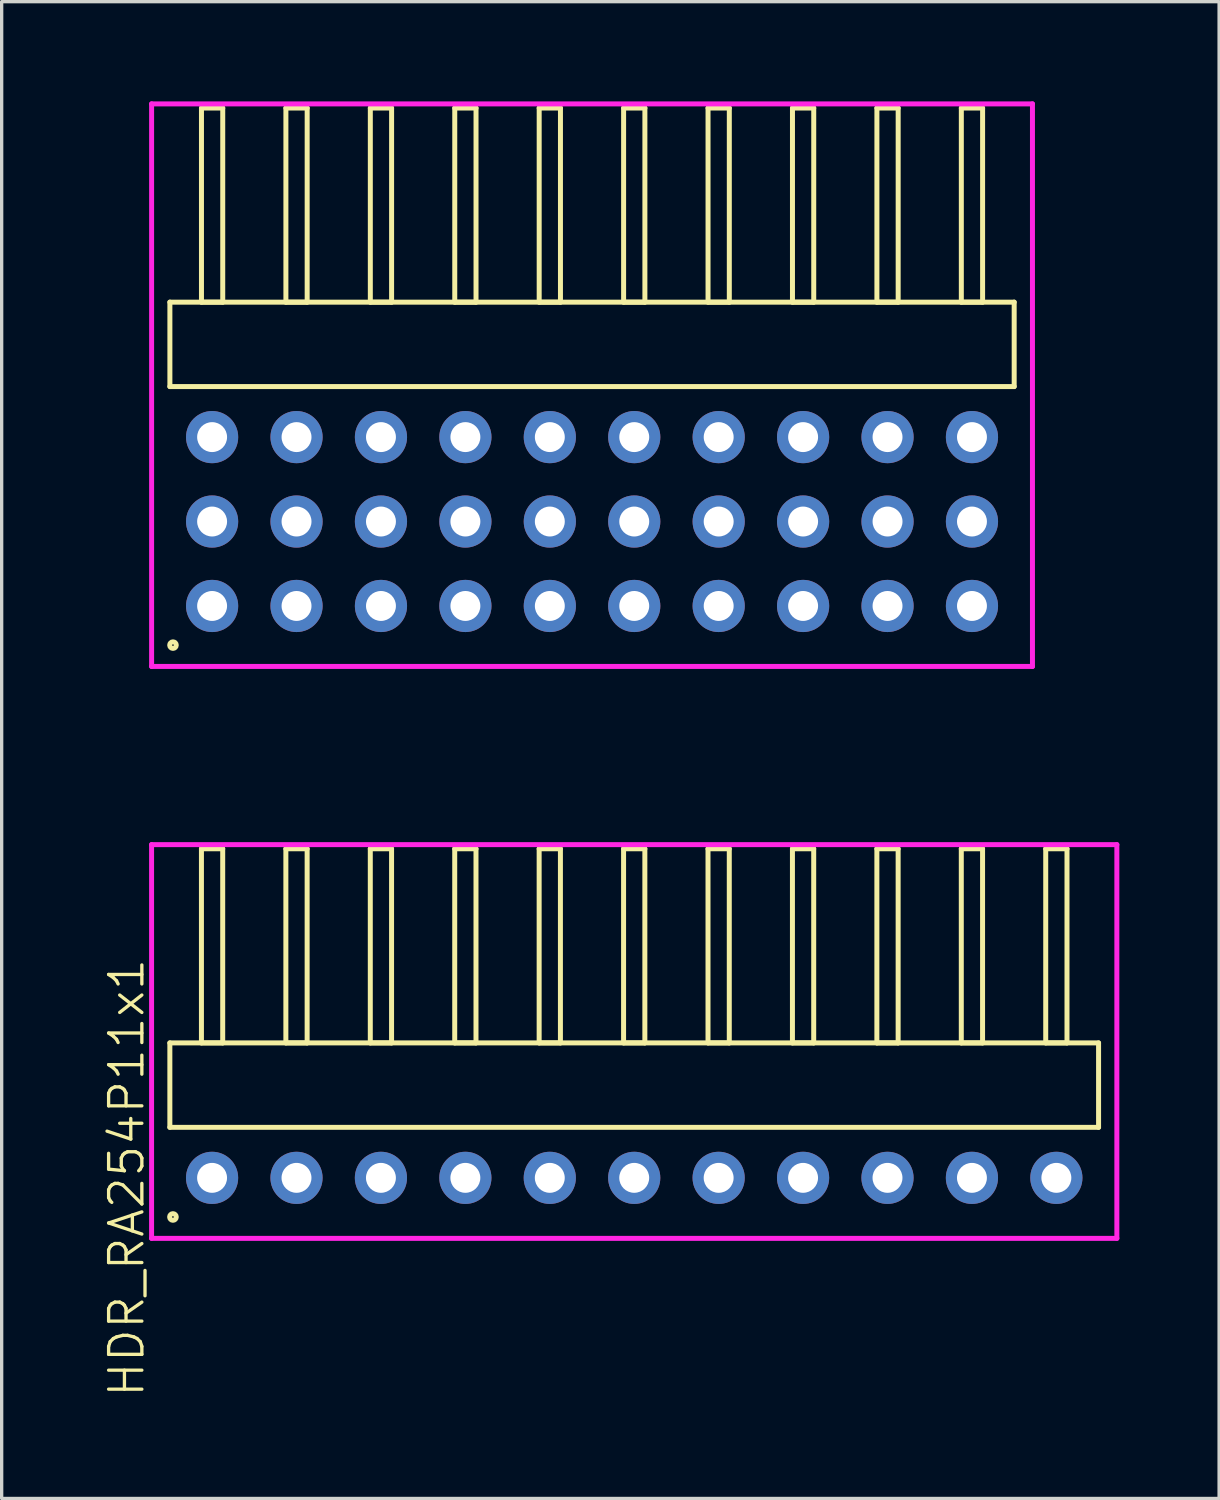
<source format=kicad_pcb>
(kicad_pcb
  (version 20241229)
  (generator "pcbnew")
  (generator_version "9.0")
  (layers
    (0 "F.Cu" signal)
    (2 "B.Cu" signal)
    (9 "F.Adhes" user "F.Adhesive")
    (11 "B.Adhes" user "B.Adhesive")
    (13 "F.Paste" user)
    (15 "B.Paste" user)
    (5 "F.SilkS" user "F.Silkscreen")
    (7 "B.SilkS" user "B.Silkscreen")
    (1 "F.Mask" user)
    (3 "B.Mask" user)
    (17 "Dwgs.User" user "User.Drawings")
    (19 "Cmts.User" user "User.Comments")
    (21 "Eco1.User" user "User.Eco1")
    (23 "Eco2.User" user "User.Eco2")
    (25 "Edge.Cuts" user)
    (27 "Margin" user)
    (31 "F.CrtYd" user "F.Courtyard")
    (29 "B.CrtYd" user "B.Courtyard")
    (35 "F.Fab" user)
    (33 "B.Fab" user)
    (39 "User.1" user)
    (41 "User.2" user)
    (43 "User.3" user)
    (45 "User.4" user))
  (footprint "HDR_RA254P10x3"
    (layer "F.Cu")
    (at 14.761 12.64)
    (property "Reference" "HDR_RA254P10x3" (at -14 0 90) (layer "User.1") (effects (font (size 1 1) (thickness 0.1))))
    (attr through_hole)
    (fp_line (start -12.7 -6.6) (end -12.7 -4.06) (stroke (width 0.15) (type solid)) (layer "F.SilkS"))
    (fp_line (start -12.7 -4.06) (end 12.7 -4.06) (stroke (width 0.15) (type solid)) (layer "F.SilkS"))
    (fp_line (start -11.75 -12.44) (end -11.75 -6.6) (stroke (width 0.15) (type solid)) (layer "F.SilkS"))
    (fp_line (start -11.75 -6.6) (end -11.11 -6.6) (stroke (width 0.15) (type solid)) (layer "F.SilkS"))
    (fp_line (start -11.11 -12.44) (end -11.75 -12.44) (stroke (width 0.15) (type solid)) (layer "F.SilkS"))
    (fp_line (start -11.11 -6.6) (end -11.11 -12.44) (stroke (width 0.15) (type solid)) (layer "F.SilkS"))
    (fp_line (start -9.21 -12.44) (end -9.21 -6.6) (stroke (width 0.15) (type solid)) (layer "F.SilkS"))
    (fp_line (start -9.21 -6.6) (end -8.57 -6.6) (stroke (width 0.15) (type solid)) (layer "F.SilkS"))
    (fp_line (start -8.57 -12.44) (end -9.21 -12.44) (stroke (width 0.15) (type solid)) (layer "F.SilkS"))
    (fp_line (start -8.57 -6.6) (end -8.57 -12.44) (stroke (width 0.15) (type solid)) (layer "F.SilkS"))
    (fp_line (start -6.67 -12.44) (end -6.67 -6.6) (stroke (width 0.15) (type solid)) (layer "F.SilkS"))
    (fp_line (start -6.67 -6.6) (end -6.03 -6.6) (stroke (width 0.15) (type solid)) (layer "F.SilkS"))
    (fp_line (start -6.03 -12.44) (end -6.67 -12.44) (stroke (width 0.15) (type solid)) (layer "F.SilkS"))
    (fp_line (start -6.03 -6.6) (end -6.03 -12.44) (stroke (width 0.15) (type solid)) (layer "F.SilkS"))
    (fp_line (start -4.13 -12.44) (end -4.13 -6.6) (stroke (width 0.15) (type solid)) (layer "F.SilkS"))
    (fp_line (start -4.13 -6.6) (end -3.49 -6.6) (stroke (width 0.15) (type solid)) (layer "F.SilkS"))
    (fp_line (start -3.49 -12.44) (end -4.13 -12.44) (stroke (width 0.15) (type solid)) (layer "F.SilkS"))
    (fp_line (start -3.49 -6.6) (end -3.49 -12.44) (stroke (width 0.15) (type solid)) (layer "F.SilkS"))
    (fp_line (start -1.59 -12.44) (end -1.59 -6.6) (stroke (width 0.15) (type solid)) (layer "F.SilkS"))
    (fp_line (start -1.59 -6.6) (end -0.95 -6.6) (stroke (width 0.15) (type solid)) (layer "F.SilkS"))
    (fp_line (start -0.95 -12.44) (end -1.59 -12.44) (stroke (width 0.15) (type solid)) (layer "F.SilkS"))
    (fp_line (start -0.95 -6.6) (end -0.95 -12.44) (stroke (width 0.15) (type solid)) (layer "F.SilkS"))
    (fp_line (start 0.95 -12.44) (end 0.95 -6.6) (stroke (width 0.15) (type solid)) (layer "F.SilkS"))
    (fp_line (start 0.95 -6.6) (end 1.59 -6.6) (stroke (width 0.15) (type solid)) (layer "F.SilkS"))
    (fp_line (start 1.59 -12.44) (end 0.95 -12.44) (stroke (width 0.15) (type solid)) (layer "F.SilkS"))
    (fp_line (start 1.59 -6.6) (end 1.59 -12.44) (stroke (width 0.15) (type solid)) (layer "F.SilkS"))
    (fp_line (start 3.49 -12.44) (end 3.49 -6.6) (stroke (width 0.15) (type solid)) (layer "F.SilkS"))
    (fp_line (start 3.49 -6.6) (end 4.13 -6.6) (stroke (width 0.15) (type solid)) (layer "F.SilkS"))
    (fp_line (start 4.13 -12.44) (end 3.49 -12.44) (stroke (width 0.15) (type solid)) (layer "F.SilkS"))
    (fp_line (start 4.13 -6.6) (end 4.13 -12.44) (stroke (width 0.15) (type solid)) (layer "F.SilkS"))
    (fp_line (start 6.03 -12.44) (end 6.03 -6.6) (stroke (width 0.15) (type solid)) (layer "F.SilkS"))
    (fp_line (start 6.03 -6.6) (end 6.67 -6.6) (stroke (width 0.15) (type solid)) (layer "F.SilkS"))
    (fp_line (start 6.67 -12.44) (end 6.03 -12.44) (stroke (width 0.15) (type solid)) (layer "F.SilkS"))
    (fp_line (start 6.67 -6.6) (end 6.67 -12.44) (stroke (width 0.15) (type solid)) (layer "F.SilkS"))
    (fp_line (start 8.57 -12.44) (end 8.57 -6.6) (stroke (width 0.15) (type solid)) (layer "F.SilkS"))
    (fp_line (start 8.57 -6.6) (end 9.21 -6.6) (stroke (width 0.15) (type solid)) (layer "F.SilkS"))
    (fp_line (start 9.21 -12.44) (end 8.57 -12.44) (stroke (width 0.15) (type solid)) (layer "F.SilkS"))
    (fp_line (start 9.21 -6.6) (end 9.21 -12.44) (stroke (width 0.15) (type solid)) (layer "F.SilkS"))
    (fp_line (start 11.11 -12.44) (end 11.11 -6.6) (stroke (width 0.15) (type solid)) (layer "F.SilkS"))
    (fp_line (start 11.11 -6.6) (end 11.75 -6.6) (stroke (width 0.15) (type solid)) (layer "F.SilkS"))
    (fp_line (start 11.75 -12.44) (end 11.11 -12.44) (stroke (width 0.15) (type solid)) (layer "F.SilkS"))
    (fp_line (start 11.75 -6.6) (end 11.75 -12.44) (stroke (width 0.15) (type solid)) (layer "F.SilkS"))
    (fp_line (start 12.7 -6.6) (end -12.7 -6.6) (stroke (width 0.15) (type solid)) (layer "F.SilkS"))
    (fp_line (start 12.7 -4.06) (end 12.7 -6.6) (stroke (width 0.15) (type solid)) (layer "F.SilkS"))
    (fp_circle (center -12.607 3.718) (end -12.508 3.718) (stroke (width 0.15) (type solid)) (fill no) (layer "F.SilkS"))
    (fp_line (start -13.25 -12.565) (end -13.25 4.36) (stroke (width 0.15) (type solid)) (layer "F.CrtYd"))
    (fp_line (start -13.25 4.36) (end 13.25 4.36) (stroke (width 0.15) (type solid)) (layer "F.CrtYd"))
    (fp_line (start 13.25 -12.565) (end -13.25 -12.565) (stroke (width 0.15) (type solid)) (layer "F.CrtYd"))
    (fp_line (start 13.25 4.36) (end 13.25 -12.565) (stroke (width 0.15) (type solid)) (layer "F.CrtYd"))
    (pad "1" thru_hole oval (at -11.43 2.54) (size 1.57 1.57) (drill 0.9) (layers "*.Cu" "*.Mask"))
    (pad "2" thru_hole oval (at -11.43 0) (size 1.57 1.57) (drill 0.9) (layers "*.Cu" "*.Mask"))
    (pad "3" thru_hole oval (at -11.43 -2.54) (size 1.57 1.57) (drill 0.9) (layers "*.Cu" "*.Mask"))
    (pad "4" thru_hole oval (at -8.89 2.54) (size 1.57 1.57) (drill 0.9) (layers "*.Cu" "*.Mask"))
    (pad "5" thru_hole oval (at -8.89 0) (size 1.57 1.57) (drill 0.9) (layers "*.Cu" "*.Mask"))
    (pad "6" thru_hole oval (at -8.89 -2.54) (size 1.57 1.57) (drill 0.9) (layers "*.Cu" "*.Mask"))
    (pad "7" thru_hole oval (at -6.35 2.54) (size 1.57 1.57) (drill 0.9) (layers "*.Cu" "*.Mask"))
    (pad "8" thru_hole oval (at -6.35 0) (size 1.57 1.57) (drill 0.9) (layers "*.Cu" "*.Mask"))
    (pad "9" thru_hole oval (at -6.35 -2.54) (size 1.57 1.57) (drill 0.9) (layers "*.Cu" "*.Mask"))
    (pad "10" thru_hole oval (at -3.81 2.54) (size 1.57 1.57) (drill 0.9) (layers "*.Cu" "*.Mask"))
    (pad "11" thru_hole oval (at -3.81 0) (size 1.57 1.57) (drill 0.9) (layers "*.Cu" "*.Mask"))
    (pad "12" thru_hole oval (at -3.81 -2.54) (size 1.57 1.57) (drill 0.9) (layers "*.Cu" "*.Mask"))
    (pad "13" thru_hole oval (at -1.27 2.54) (size 1.57 1.57) (drill 0.9) (layers "*.Cu" "*.Mask"))
    (pad "14" thru_hole oval (at -1.27 0) (size 1.57 1.57) (drill 0.9) (layers "*.Cu" "*.Mask"))
    (pad "15" thru_hole oval (at -1.27 -2.54) (size 1.57 1.57) (drill 0.9) (layers "*.Cu" "*.Mask"))
    (pad "16" thru_hole oval (at 1.27 2.54) (size 1.57 1.57) (drill 0.9) (layers "*.Cu" "*.Mask"))
    (pad "17" thru_hole oval (at 1.27 0) (size 1.57 1.57) (drill 0.9) (layers "*.Cu" "*.Mask"))
    (pad "18" thru_hole oval (at 1.27 -2.54) (size 1.57 1.57) (drill 0.9) (layers "*.Cu" "*.Mask"))
    (pad "19" thru_hole oval (at 3.81 2.54) (size 1.57 1.57) (drill 0.9) (layers "*.Cu" "*.Mask"))
    (pad "20" thru_hole oval (at 3.81 0) (size 1.57 1.57) (drill 0.9) (layers "*.Cu" "*.Mask"))
    (pad "21" thru_hole oval (at 3.81 -2.54) (size 1.57 1.57) (drill 0.9) (layers "*.Cu" "*.Mask"))
    (pad "22" thru_hole oval (at 6.35 2.54) (size 1.57 1.57) (drill 0.9) (layers "*.Cu" "*.Mask"))
    (pad "23" thru_hole oval (at 6.35 0) (size 1.57 1.57) (drill 0.9) (layers "*.Cu" "*.Mask"))
    (pad "24" thru_hole oval (at 6.35 -2.54) (size 1.57 1.57) (drill 0.9) (layers "*.Cu" "*.Mask"))
    (pad "25" thru_hole oval (at 8.89 2.54) (size 1.57 1.57) (drill 0.9) (layers "*.Cu" "*.Mask"))
    (pad "26" thru_hole oval (at 8.89 0) (size 1.57 1.57) (drill 0.9) (layers "*.Cu" "*.Mask"))
    (pad "27" thru_hole oval (at 8.89 -2.54) (size 1.57 1.57) (drill 0.9) (layers "*.Cu" "*.Mask"))
    (pad "28" thru_hole oval (at 11.43 2.54) (size 1.57 1.57) (drill 0.9) (layers "*.Cu" "*.Mask"))
    (pad "29" thru_hole oval (at 11.43 0) (size 1.57 1.57) (drill 0.9) (layers "*.Cu" "*.Mask"))
    (pad "30" thru_hole oval (at 11.43 -2.54) (size 1.57 1.57) (drill 0.9) (layers "*.Cu" "*.Mask")))
  (footprint "HDR_RA254P11x1"
    (layer "F.Cu")
    (at 16.03 32.385)
    (property "Reference" "HDR_RA254P11x1" (at -15.27 0 90) (layer "F.SilkS") (effects (font (size 1 1) (thickness 0.1))))
    (attr through_hole)
    (fp_line (start -13.97 -4.06) (end -13.97 -1.52) (stroke (width 0.15) (type solid)) (layer "F.SilkS"))
    (fp_line (start -13.97 -1.52) (end 13.97 -1.52) (stroke (width 0.15) (type solid)) (layer "F.SilkS"))
    (fp_line (start -13.02 -9.9) (end -13.02 -4.06) (stroke (width 0.15) (type solid)) (layer "F.SilkS"))
    (fp_line (start -13.02 -4.06) (end -12.38 -4.06) (stroke (width 0.15) (type solid)) (layer "F.SilkS"))
    (fp_line (start -12.38 -9.9) (end -13.02 -9.9) (stroke (width 0.15) (type solid)) (layer "F.SilkS"))
    (fp_line (start -12.38 -4.06) (end -12.38 -9.9) (stroke (width 0.15) (type solid)) (layer "F.SilkS"))
    (fp_line (start -10.48 -9.9) (end -10.48 -4.06) (stroke (width 0.15) (type solid)) (layer "F.SilkS"))
    (fp_line (start -10.48 -4.06) (end -9.84 -4.06) (stroke (width 0.15) (type solid)) (layer "F.SilkS"))
    (fp_line (start -9.84 -9.9) (end -10.48 -9.9) (stroke (width 0.15) (type solid)) (layer "F.SilkS"))
    (fp_line (start -9.84 -4.06) (end -9.84 -9.9) (stroke (width 0.15) (type solid)) (layer "F.SilkS"))
    (fp_line (start -7.94 -9.9) (end -7.94 -4.06) (stroke (width 0.15) (type solid)) (layer "F.SilkS"))
    (fp_line (start -7.94 -4.06) (end -7.3 -4.06) (stroke (width 0.15) (type solid)) (layer "F.SilkS"))
    (fp_line (start -7.3 -9.9) (end -7.94 -9.9) (stroke (width 0.15) (type solid)) (layer "F.SilkS"))
    (fp_line (start -7.3 -4.06) (end -7.3 -9.9) (stroke (width 0.15) (type solid)) (layer "F.SilkS"))
    (fp_line (start -5.4 -9.9) (end -5.4 -4.06) (stroke (width 0.15) (type solid)) (layer "F.SilkS"))
    (fp_line (start -5.4 -4.06) (end -4.76 -4.06) (stroke (width 0.15) (type solid)) (layer "F.SilkS"))
    (fp_line (start -4.76 -9.9) (end -5.4 -9.9) (stroke (width 0.15) (type solid)) (layer "F.SilkS"))
    (fp_line (start -4.76 -4.06) (end -4.76 -9.9) (stroke (width 0.15) (type solid)) (layer "F.SilkS"))
    (fp_line (start -2.86 -9.9) (end -2.86 -4.06) (stroke (width 0.15) (type solid)) (layer "F.SilkS"))
    (fp_line (start -2.86 -4.06) (end -2.22 -4.06) (stroke (width 0.15) (type solid)) (layer "F.SilkS"))
    (fp_line (start -2.22 -9.9) (end -2.86 -9.9) (stroke (width 0.15) (type solid)) (layer "F.SilkS"))
    (fp_line (start -2.22 -4.06) (end -2.22 -9.9) (stroke (width 0.15) (type solid)) (layer "F.SilkS"))
    (fp_line (start -0.32 -9.9) (end -0.32 -4.06) (stroke (width 0.15) (type solid)) (layer "F.SilkS"))
    (fp_line (start -0.32 -4.06) (end 0.32 -4.06) (stroke (width 0.15) (type solid)) (layer "F.SilkS"))
    (fp_line (start 0.32 -9.9) (end -0.32 -9.9) (stroke (width 0.15) (type solid)) (layer "F.SilkS"))
    (fp_line (start 0.32 -4.06) (end 0.32 -9.9) (stroke (width 0.15) (type solid)) (layer "F.SilkS"))
    (fp_line (start 2.22 -9.9) (end 2.22 -4.06) (stroke (width 0.15) (type solid)) (layer "F.SilkS"))
    (fp_line (start 2.22 -4.06) (end 2.86 -4.06) (stroke (width 0.15) (type solid)) (layer "F.SilkS"))
    (fp_line (start 2.86 -9.9) (end 2.22 -9.9) (stroke (width 0.15) (type solid)) (layer "F.SilkS"))
    (fp_line (start 2.86 -4.06) (end 2.86 -9.9) (stroke (width 0.15) (type solid)) (layer "F.SilkS"))
    (fp_line (start 4.76 -9.9) (end 4.76 -4.06) (stroke (width 0.15) (type solid)) (layer "F.SilkS"))
    (fp_line (start 4.76 -4.06) (end 5.4 -4.06) (stroke (width 0.15) (type solid)) (layer "F.SilkS"))
    (fp_line (start 5.4 -9.9) (end 4.76 -9.9) (stroke (width 0.15) (type solid)) (layer "F.SilkS"))
    (fp_line (start 5.4 -4.06) (end 5.4 -9.9) (stroke (width 0.15) (type solid)) (layer "F.SilkS"))
    (fp_line (start 7.3 -9.9) (end 7.3 -4.06) (stroke (width 0.15) (type solid)) (layer "F.SilkS"))
    (fp_line (start 7.3 -4.06) (end 7.94 -4.06) (stroke (width 0.15) (type solid)) (layer "F.SilkS"))
    (fp_line (start 7.94 -9.9) (end 7.3 -9.9) (stroke (width 0.15) (type solid)) (layer "F.SilkS"))
    (fp_line (start 7.94 -4.06) (end 7.94 -9.9) (stroke (width 0.15) (type solid)) (layer "F.SilkS"))
    (fp_line (start 9.84 -9.9) (end 9.84 -4.06) (stroke (width 0.15) (type solid)) (layer "F.SilkS"))
    (fp_line (start 9.84 -4.06) (end 10.48 -4.06) (stroke (width 0.15) (type solid)) (layer "F.SilkS"))
    (fp_line (start 10.48 -9.9) (end 9.84 -9.9) (stroke (width 0.15) (type solid)) (layer "F.SilkS"))
    (fp_line (start 10.48 -4.06) (end 10.48 -9.9) (stroke (width 0.15) (type solid)) (layer "F.SilkS"))
    (fp_line (start 12.38 -9.9) (end 12.38 -4.06) (stroke (width 0.15) (type solid)) (layer "F.SilkS"))
    (fp_line (start 12.38 -4.06) (end 13.02 -4.06) (stroke (width 0.15) (type solid)) (layer "F.SilkS"))
    (fp_line (start 13.02 -9.9) (end 12.38 -9.9) (stroke (width 0.15) (type solid)) (layer "F.SilkS"))
    (fp_line (start 13.02 -4.06) (end 13.02 -9.9) (stroke (width 0.15) (type solid)) (layer "F.SilkS"))
    (fp_line (start 13.97 -4.06) (end -13.97 -4.06) (stroke (width 0.15) (type solid)) (layer "F.SilkS"))
    (fp_line (start 13.97 -1.52) (end 13.97 -4.06) (stroke (width 0.15) (type solid)) (layer "F.SilkS"))
    (fp_circle (center -13.877 1.177) (end -13.777 1.177) (stroke (width 0.15) (type solid)) (fill no) (layer "F.SilkS"))
    (fp_line (start -14.52 -10.025) (end -14.52 1.82) (stroke (width 0.15) (type solid)) (layer "F.CrtYd"))
    (fp_line (start -14.52 1.82) (end 14.52 1.82) (stroke (width 0.15) (type solid)) (layer "F.CrtYd"))
    (fp_line (start 14.52 -10.025) (end -14.52 -10.025) (stroke (width 0.15) (type solid)) (layer "F.CrtYd"))
    (fp_line (start 14.52 1.82) (end 14.52 -10.025) (stroke (width 0.15) (type solid)) (layer "F.CrtYd"))
    (pad "1" thru_hole oval (at -12.7 0) (size 1.57 1.57) (drill 0.9) (layers "*.Cu" "*.Mask"))
    (pad "2" thru_hole oval (at -10.16 0) (size 1.57 1.57) (drill 0.9) (layers "*.Cu" "*.Mask"))
    (pad "3" thru_hole oval (at -7.62 0) (size 1.57 1.57) (drill 0.9) (layers "*.Cu" "*.Mask"))
    (pad "4" thru_hole oval (at -5.08 0) (size 1.57 1.57) (drill 0.9) (layers "*.Cu" "*.Mask"))
    (pad "5" thru_hole oval (at -2.54 0) (size 1.57 1.57) (drill 0.9) (layers "*.Cu" "*.Mask"))
    (pad "6" thru_hole oval (at 0 0) (size 1.57 1.57) (drill 0.9) (layers "*.Cu" "*.Mask"))
    (pad "7" thru_hole oval (at 2.54 0) (size 1.57 1.57) (drill 0.9) (layers "*.Cu" "*.Mask"))
    (pad "8" thru_hole oval (at 5.08 0) (size 1.57 1.57) (drill 0.9) (layers "*.Cu" "*.Mask"))
    (pad "9" thru_hole oval (at 7.62 0) (size 1.57 1.57) (drill 0.9) (layers "*.Cu" "*.Mask"))
    (pad "10" thru_hole oval (at 10.16 0) (size 1.57 1.57) (drill 0.9) (layers "*.Cu" "*.Mask"))
    (pad "11" thru_hole oval (at 12.7 0) (size 1.57 1.57) (drill 0.9) (layers "*.Cu" "*.Mask")))
  (gr_rect
    (start -3 -3)
    (end 33.626 42.03)
    (stroke (width 0.1) (type default))
    (fill no)
    (layer "Edge.Cuts")))
</source>
